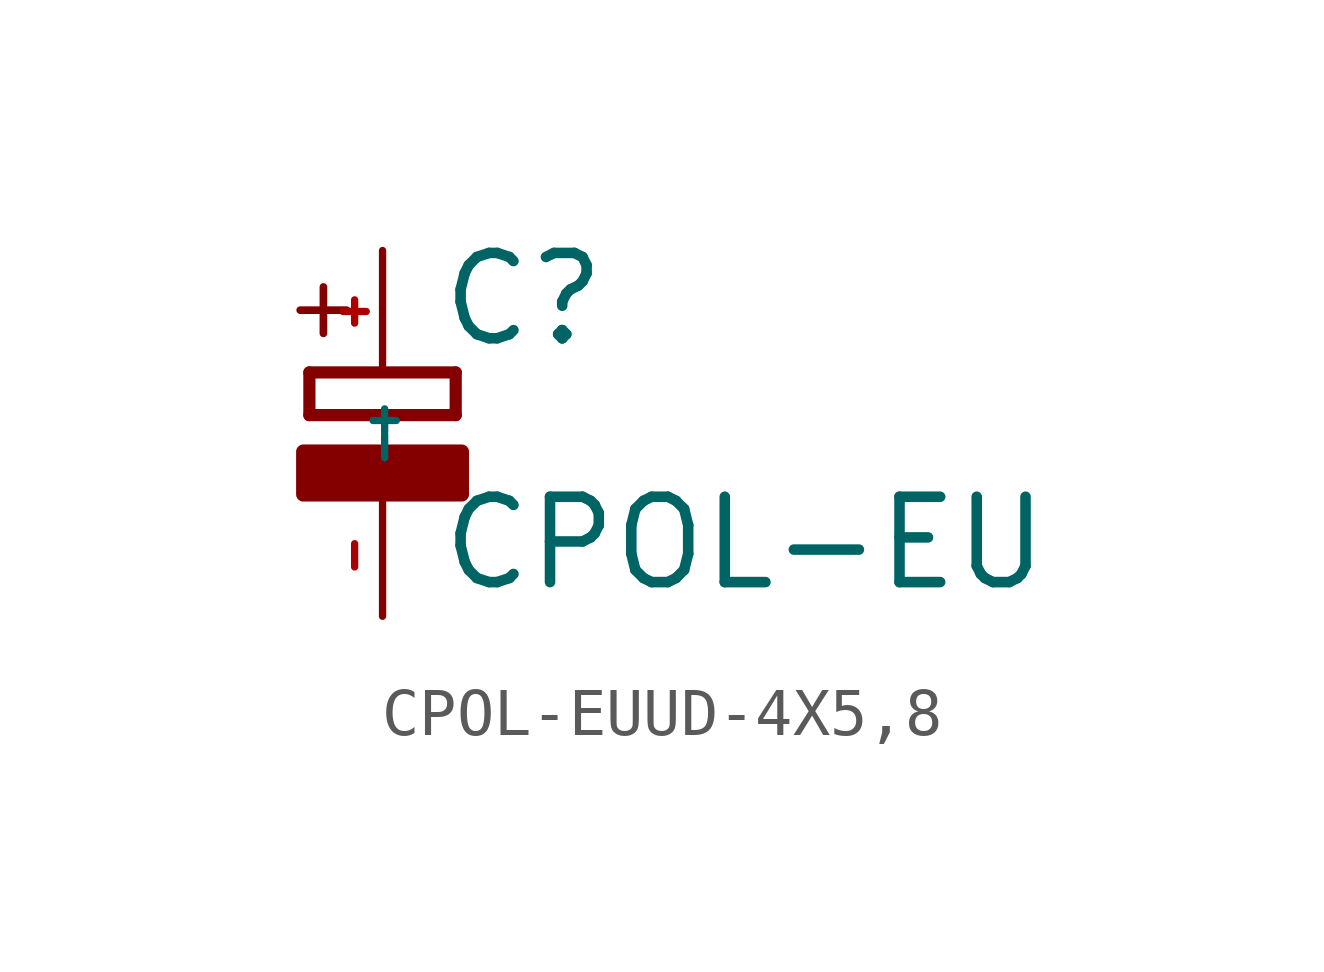
<source format=kicad_sym>
(kicad_symbol_lib
  (version 20220914)
  (generator Eagle2Kicad)
  (symbol "CPOL-EUUD-4X5,8"
    (property "Reference" "C"
      (at 1.143 0.483 0)
      (effects (font (size 1.778 1.778) (thickness 0.22)) (justify left bottom)))
    (property "Value" "CPOL-EU"
      (at 1.143 -4.597 0)
      (effects (font (size 1.778 1.778) (thickness 0.22)) (justify left bottom)))
    (polyline
      (pts (xy -1.524 -0.889) (xy 1.524 -0.889))
      (stroke (width 0.254) (type default))
      (fill (type none)))
    (polyline
      (pts (xy 1.524 -0.889) (xy 1.524 0))
      (stroke (width 0.254) (type default))
      (fill (type none)))
    (polyline
      (pts (xy -1.524 0) (xy -1.524 -0.889))
      (stroke (width 0.254) (type default))
      (fill (type none)))
    (polyline
      (pts (xy -1.524 0) (xy 1.524 0))
      (stroke (width 0.254) (type default))
      (fill (type none)))
    (text "+"
      (at -0.584 0.406 900)
      (effects (font (size 1.27 1.27) (thickness 0.16)) (justify left bottom)))
    (rectangle
      (start -1.651 -2.54)
      (end 1.651 -1.651)
      (stroke (width 0.3) (type default))
      (fill (type outline)))
    (pin passive line
      (at 0 -5.08 90)
      (length 2.54)
      (name "-" (effects (font (size 0.635 0.635) (thickness 0.08)) (justify left bottom)))
      (number "-" (effects (font (size 0.635 0.635) (thickness 0.08)) (justify left bottom))))
    (pin passive line
      (at 0 2.54 270)
      (length 2.54)
      (name "+" (effects (font (size 0.635 0.635) (thickness 0.08)) (justify left bottom)))
      (number "+" (effects (font (size 0.635 0.635) (thickness 0.08)) (justify left bottom))))))
</source>
